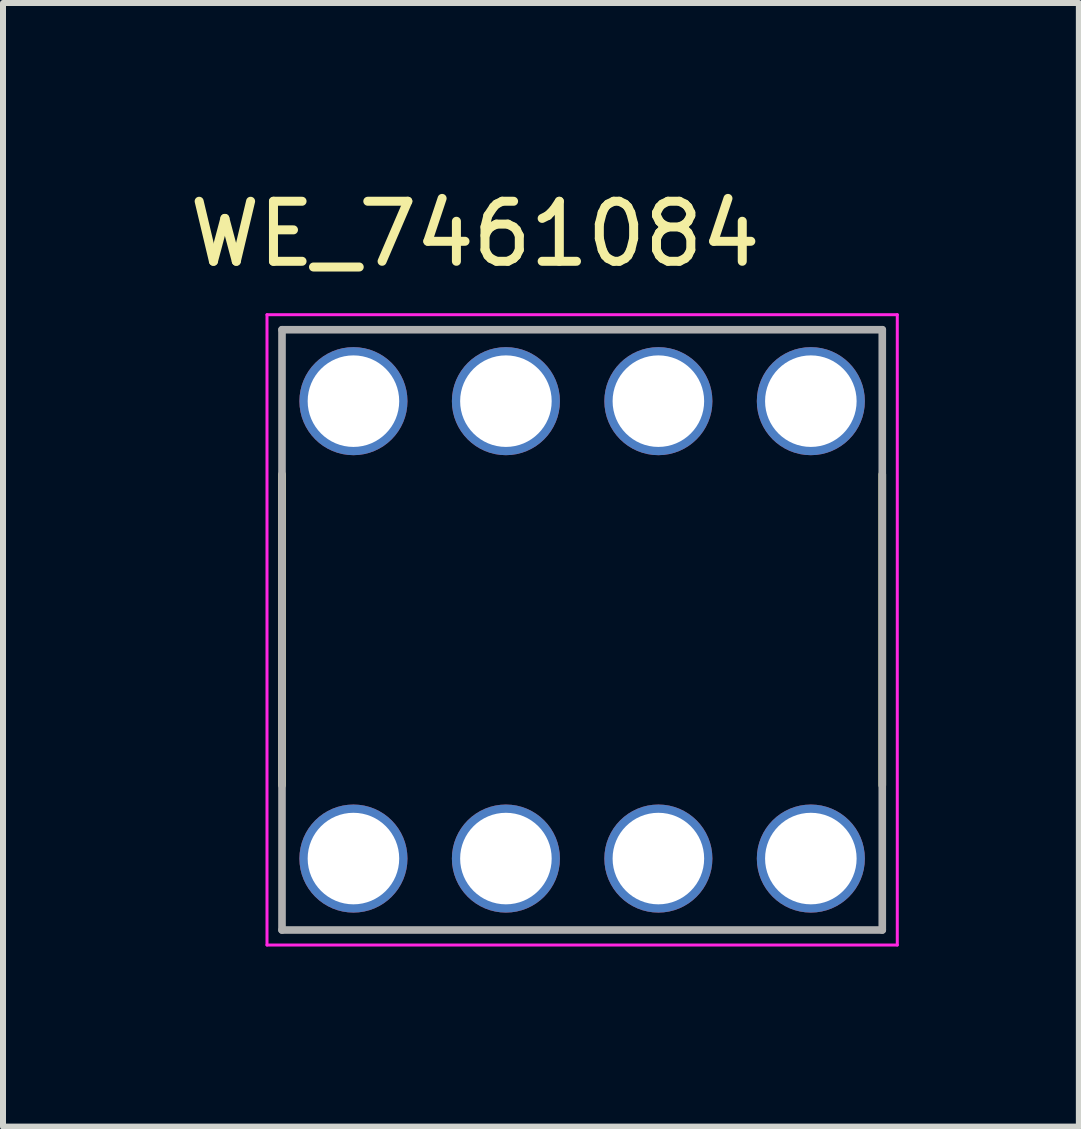
<source format=kicad_pcb>
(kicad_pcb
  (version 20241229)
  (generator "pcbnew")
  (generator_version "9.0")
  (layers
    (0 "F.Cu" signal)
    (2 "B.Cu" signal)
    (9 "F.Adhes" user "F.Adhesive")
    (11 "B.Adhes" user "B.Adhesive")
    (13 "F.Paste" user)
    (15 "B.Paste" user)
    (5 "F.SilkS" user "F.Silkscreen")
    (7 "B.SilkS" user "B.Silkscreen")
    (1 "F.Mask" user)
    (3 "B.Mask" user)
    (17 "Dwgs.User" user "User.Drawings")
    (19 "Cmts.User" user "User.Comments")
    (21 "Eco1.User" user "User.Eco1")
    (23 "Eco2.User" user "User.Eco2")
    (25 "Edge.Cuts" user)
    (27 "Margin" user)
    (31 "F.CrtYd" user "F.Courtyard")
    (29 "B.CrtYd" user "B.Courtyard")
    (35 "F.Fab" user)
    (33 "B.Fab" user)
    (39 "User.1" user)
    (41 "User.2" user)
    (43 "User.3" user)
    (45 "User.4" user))
  (footprint "WE_7461084"
    (layer "F.Cu")
    (at 6.648 7.443)
    (property "Reference" "WE_7461084" (at -1.785 -6.595 0) (layer "F.SilkS") (effects (font (size 1 1) (thickness 0.15))))
    (attr through_hole)
    (fp_line (start -5 -2.59) (end -5 2.59) (stroke (width 0.127) (type solid)) (layer "F.SilkS"))
    (fp_line (start 5 -2.59) (end 5 2.59) (stroke (width 0.127) (type solid)) (layer "F.SilkS"))
    (fp_line (start -5.25 -5.25) (end -5.25 5.25) (stroke (width 0.05) (type solid)) (layer "F.CrtYd"))
    (fp_line (start -5.25 5.25) (end 5.25 5.25) (stroke (width 0.05) (type solid)) (layer "F.CrtYd"))
    (fp_line (start 5.25 -5.25) (end -5.25 -5.25) (stroke (width 0.05) (type solid)) (layer "F.CrtYd"))
    (fp_line (start 5.25 5.25) (end 5.25 -5.25) (stroke (width 0.05) (type solid)) (layer "F.CrtYd"))
    (fp_line (start -5 -5) (end 5 -5) (stroke (width 0.127) (type solid)) (layer "F.Fab"))
    (fp_line (start -5 5) (end -5 -5) (stroke (width 0.127) (type solid)) (layer "F.Fab"))
    (fp_line (start 5 -5) (end 5 5) (stroke (width 0.127) (type solid)) (layer "F.Fab"))
    (fp_line (start 5 5) (end -5 5) (stroke (width 0.127) (type solid)) (layer "F.Fab"))
    (pad "1" thru_hole circle (at -3.81 -3.81) (size 1.8 1.8) (drill 1.525) (layers "*.Cu" "*.Mask"))
    (pad "2" thru_hole circle (at -1.27 -3.81) (size 1.8 1.8) (drill 1.525) (layers "*.Cu" "*.Mask"))
    (pad "3" thru_hole circle (at 1.27 -3.81) (size 1.8 1.8) (drill 1.525) (layers "*.Cu" "*.Mask"))
    (pad "4" thru_hole circle (at 3.81 -3.81) (size 1.8 1.8) (drill 1.525) (layers "*.Cu" "*.Mask"))
    (pad "5" thru_hole circle (at 3.81 3.81) (size 1.8 1.8) (drill 1.525) (layers "*.Cu" "*.Mask"))
    (pad "6" thru_hole circle (at 1.27 3.81) (size 1.8 1.8) (drill 1.525) (layers "*.Cu" "*.Mask"))
    (pad "7" thru_hole circle (at -1.27 3.81) (size 1.8 1.8) (drill 1.525) (layers "*.Cu" "*.Mask"))
    (pad "8" thru_hole circle (at -3.81 3.81) (size 1.8 1.8) (drill 1.525) (layers "*.Cu" "*.Mask")))
  (gr_rect
    (start -3 -3)
    (end 14.923 15.718)
    (stroke (width 0.1) (type default))
    (fill no)
    (layer "Edge.Cuts")))
</source>
